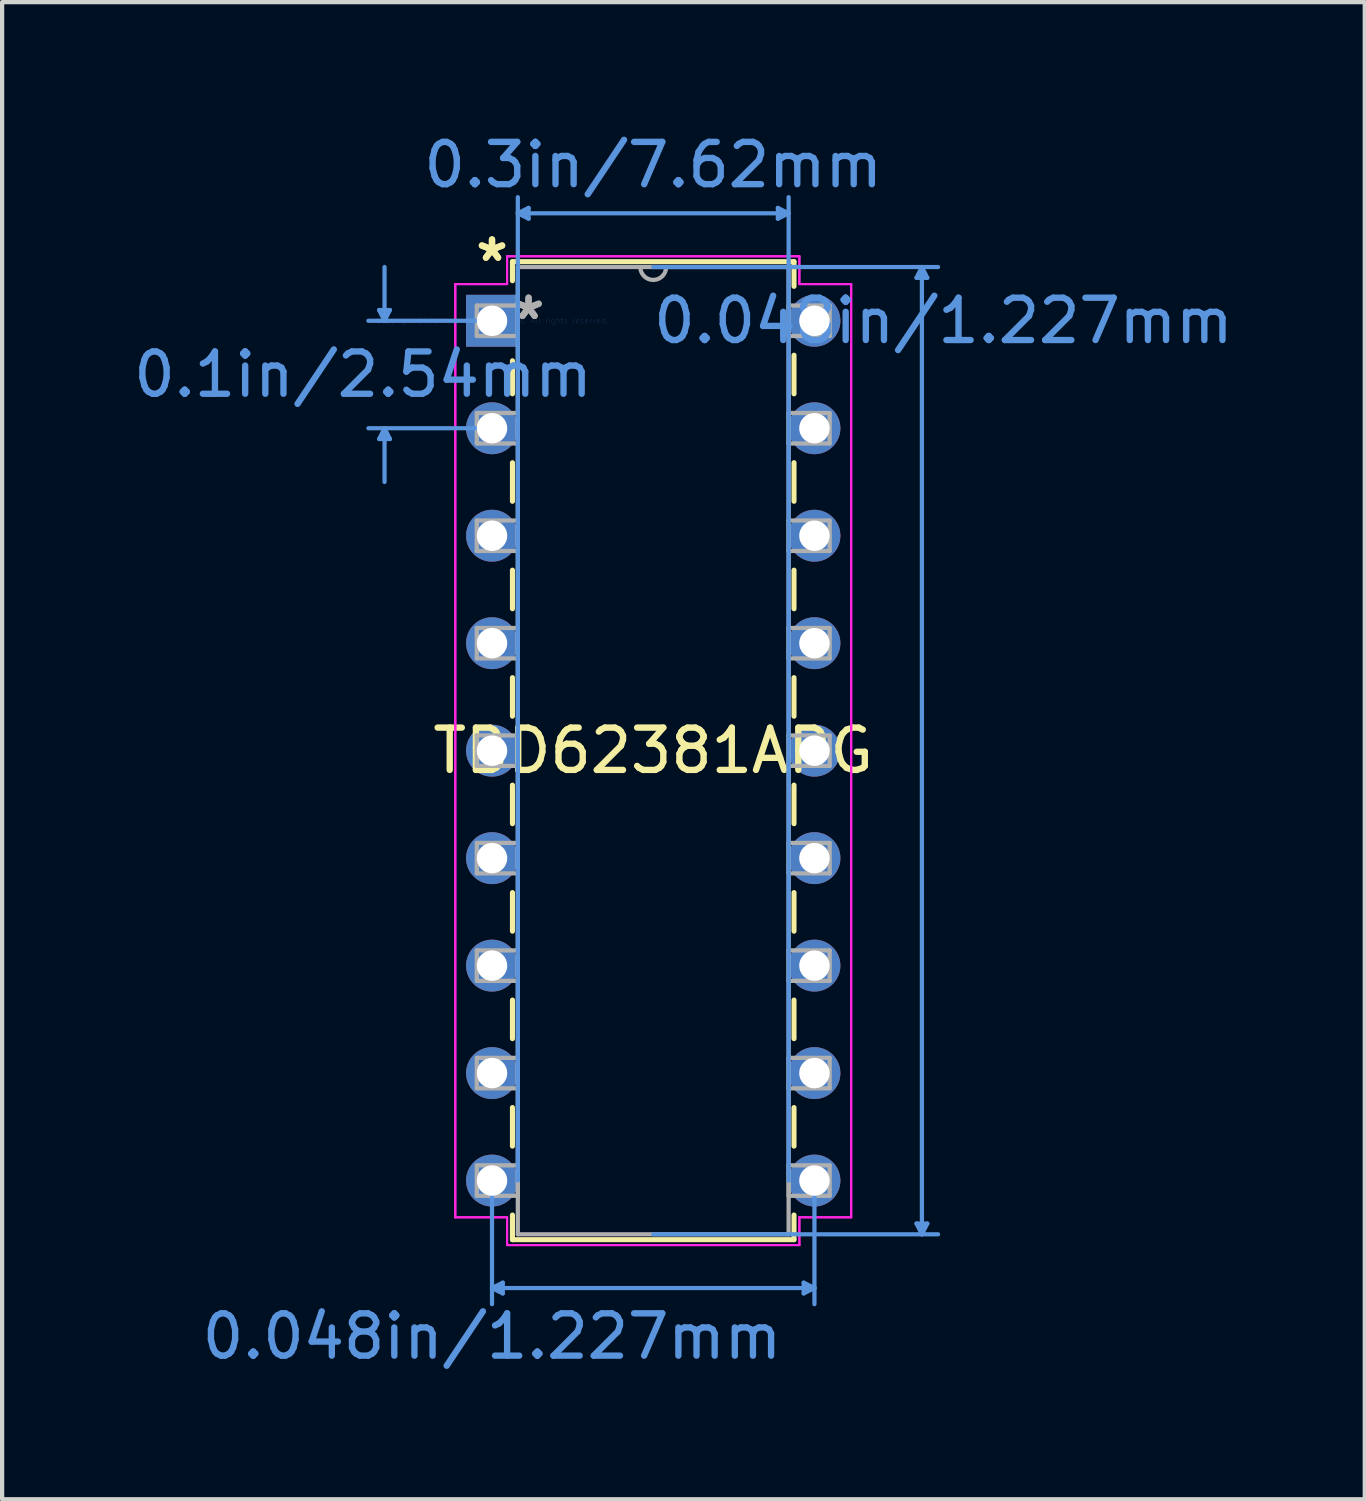
<source format=kicad_pcb>
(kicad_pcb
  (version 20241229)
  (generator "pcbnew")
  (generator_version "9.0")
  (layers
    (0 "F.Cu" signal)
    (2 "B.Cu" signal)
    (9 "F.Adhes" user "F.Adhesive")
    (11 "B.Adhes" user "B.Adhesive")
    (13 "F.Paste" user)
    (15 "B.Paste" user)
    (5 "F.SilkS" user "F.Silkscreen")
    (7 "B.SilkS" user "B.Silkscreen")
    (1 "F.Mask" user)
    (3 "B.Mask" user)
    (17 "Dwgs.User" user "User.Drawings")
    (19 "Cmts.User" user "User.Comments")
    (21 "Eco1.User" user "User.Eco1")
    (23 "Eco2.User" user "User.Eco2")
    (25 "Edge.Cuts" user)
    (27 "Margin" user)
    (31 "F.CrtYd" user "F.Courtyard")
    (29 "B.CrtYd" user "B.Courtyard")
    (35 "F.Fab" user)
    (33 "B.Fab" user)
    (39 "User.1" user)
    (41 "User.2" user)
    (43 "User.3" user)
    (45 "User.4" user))
  (footprint "TBD62381APG"
    (layer "F.Cu")
    (at 8.578 4.531)
    (property "Reference" "TBD62381APG" (at 3.81 10.16 0) (layer "F.SilkS") (effects (font (size 1 1) (thickness 0.15))))
    (attr through_hole)
    (fp_line (start 0.483 -1.397) (end 0.483 -0.946) (stroke (width 0.12) (type solid)) (layer "F.SilkS"))
    (fp_line (start 0.483 0.946) (end 0.483 1.726) (stroke (width 0.12) (type solid)) (layer "F.SilkS"))
    (fp_line (start 0.483 3.354) (end 0.483 4.266) (stroke (width 0.12) (type solid)) (layer "F.SilkS"))
    (fp_line (start 0.483 5.894) (end 0.483 6.806) (stroke (width 0.12) (type solid)) (layer "F.SilkS"))
    (fp_line (start 0.483 8.434) (end 0.483 9.346) (stroke (width 0.12) (type solid)) (layer "F.SilkS"))
    (fp_line (start 0.483 10.974) (end 0.483 11.886) (stroke (width 0.12) (type solid)) (layer "F.SilkS"))
    (fp_line (start 0.483 13.514) (end 0.483 14.426) (stroke (width 0.12) (type solid)) (layer "F.SilkS"))
    (fp_line (start 0.483 16.054) (end 0.483 16.966) (stroke (width 0.12) (type solid)) (layer "F.SilkS"))
    (fp_line (start 0.483 18.594) (end 0.483 19.506) (stroke (width 0.12) (type solid)) (layer "F.SilkS"))
    (fp_line (start 0.483 21.134) (end 0.483 21.717) (stroke (width 0.12) (type solid)) (layer "F.SilkS"))
    (fp_line (start 0.483 21.717) (end 7.137 21.717) (stroke (width 0.12) (type solid)) (layer "F.SilkS"))
    (fp_line (start 7.137 -1.397) (end 0.483 -1.397) (stroke (width 0.12) (type solid)) (layer "F.SilkS"))
    (fp_line (start 7.137 -0.814) (end 7.137 -1.397) (stroke (width 0.12) (type solid)) (layer "F.SilkS"))
    (fp_line (start 7.137 1.726) (end 7.137 0.814) (stroke (width 0.12) (type solid)) (layer "F.SilkS"))
    (fp_line (start 7.137 4.266) (end 7.137 3.354) (stroke (width 0.12) (type solid)) (layer "F.SilkS"))
    (fp_line (start 7.137 6.806) (end 7.137 5.894) (stroke (width 0.12) (type solid)) (layer "F.SilkS"))
    (fp_line (start 7.137 9.346) (end 7.137 8.434) (stroke (width 0.12) (type solid)) (layer "F.SilkS"))
    (fp_line (start 7.137 11.886) (end 7.137 10.974) (stroke (width 0.12) (type solid)) (layer "F.SilkS"))
    (fp_line (start 7.137 14.426) (end 7.137 13.514) (stroke (width 0.12) (type solid)) (layer "F.SilkS"))
    (fp_line (start 7.137 16.966) (end 7.137 16.054) (stroke (width 0.12) (type solid)) (layer "F.SilkS"))
    (fp_line (start 7.137 19.506) (end 7.137 18.594) (stroke (width 0.12) (type solid)) (layer "F.SilkS"))
    (fp_line (start 7.137 21.717) (end 7.137 21.134) (stroke (width 0.12) (type solid)) (layer "F.SilkS"))
    (fp_line (start -2.667 -0.254) (end -2.413 -0.254) (stroke (width 0.1) (type solid)) (layer "Cmts.User"))
    (fp_line (start -2.667 2.794) (end -2.413 2.794) (stroke (width 0.1) (type solid)) (layer "Cmts.User"))
    (fp_line (start -2.54 0) (end -2.667 -0.254) (stroke (width 0.1) (type solid)) (layer "Cmts.User"))
    (fp_line (start -2.54 0) (end -2.54 -1.27) (stroke (width 0.1) (type solid)) (layer "Cmts.User"))
    (fp_line (start -2.54 0) (end -2.413 -0.254) (stroke (width 0.1) (type solid)) (layer "Cmts.User"))
    (fp_line (start -2.54 2.54) (end -2.667 2.794) (stroke (width 0.1) (type solid)) (layer "Cmts.User"))
    (fp_line (start -2.54 2.54) (end -2.54 3.81) (stroke (width 0.1) (type solid)) (layer "Cmts.User"))
    (fp_line (start -2.54 2.54) (end -2.413 2.794) (stroke (width 0.1) (type solid)) (layer "Cmts.User"))
    (fp_line (start 0 0) (end -2.921 0) (stroke (width 0.1) (type solid)) (layer "Cmts.User"))
    (fp_line (start 0 2.54) (end -2.921 2.54) (stroke (width 0.1) (type solid)) (layer "Cmts.User"))
    (fp_line (start 0 20.32) (end 0 23.241) (stroke (width 0.1) (type solid)) (layer "Cmts.User"))
    (fp_line (start 0 22.86) (end 0.254 22.733) (stroke (width 0.1) (type solid)) (layer "Cmts.User"))
    (fp_line (start 0 22.86) (end 0.254 22.987) (stroke (width 0.1) (type solid)) (layer "Cmts.User"))
    (fp_line (start 0 22.86) (end 7.62 22.86) (stroke (width 0.1) (type solid)) (layer "Cmts.User"))
    (fp_line (start 0.254 22.733) (end 0.254 22.987) (stroke (width 0.1) (type solid)) (layer "Cmts.User"))
    (fp_line (start 0.61 -2.54) (end 0.864 -2.667) (stroke (width 0.1) (type solid)) (layer "Cmts.User"))
    (fp_line (start 0.61 -2.54) (end 0.864 -2.413) (stroke (width 0.1) (type solid)) (layer "Cmts.User"))
    (fp_line (start 0.61 -2.54) (end 7.01 -2.54) (stroke (width 0.1) (type solid)) (layer "Cmts.User"))
    (fp_line (start 0.61 20.32) (end 0.61 -2.921) (stroke (width 0.1) (type solid)) (layer "Cmts.User"))
    (fp_line (start 0.864 -2.667) (end 0.864 -2.413) (stroke (width 0.1) (type solid)) (layer "Cmts.User"))
    (fp_line (start 3.81 -1.27) (end 10.541 -1.27) (stroke (width 0.1) (type solid)) (layer "Cmts.User"))
    (fp_line (start 3.81 21.59) (end 10.541 21.59) (stroke (width 0.1) (type solid)) (layer "Cmts.User"))
    (fp_line (start 6.756 -2.667) (end 6.756 -2.413) (stroke (width 0.1) (type solid)) (layer "Cmts.User"))
    (fp_line (start 7.01 -2.54) (end 6.756 -2.667) (stroke (width 0.1) (type solid)) (layer "Cmts.User"))
    (fp_line (start 7.01 -2.54) (end 6.756 -2.413) (stroke (width 0.1) (type solid)) (layer "Cmts.User"))
    (fp_line (start 7.01 20.32) (end 7.01 -2.921) (stroke (width 0.1) (type solid)) (layer "Cmts.User"))
    (fp_line (start 7.366 22.733) (end 7.366 22.987) (stroke (width 0.1) (type solid)) (layer "Cmts.User"))
    (fp_line (start 7.62 20.32) (end 7.62 23.241) (stroke (width 0.1) (type solid)) (layer "Cmts.User"))
    (fp_line (start 7.62 22.86) (end 7.366 22.733) (stroke (width 0.1) (type solid)) (layer "Cmts.User"))
    (fp_line (start 7.62 22.86) (end 7.366 22.987) (stroke (width 0.1) (type solid)) (layer "Cmts.User"))
    (fp_line (start 10.033 -1.016) (end 10.287 -1.016) (stroke (width 0.1) (type solid)) (layer "Cmts.User"))
    (fp_line (start 10.033 21.336) (end 10.287 21.336) (stroke (width 0.1) (type solid)) (layer "Cmts.User"))
    (fp_line (start 10.16 -1.27) (end 10.033 -1.016) (stroke (width 0.1) (type solid)) (layer "Cmts.User"))
    (fp_line (start 10.16 -1.27) (end 10.16 21.59) (stroke (width 0.1) (type solid)) (layer "Cmts.User"))
    (fp_line (start 10.16 -1.27) (end 10.287 -1.016) (stroke (width 0.1) (type solid)) (layer "Cmts.User"))
    (fp_line (start 10.16 21.59) (end 10.033 21.336) (stroke (width 0.1) (type solid)) (layer "Cmts.User"))
    (fp_line (start 10.16 21.59) (end 10.287 21.336) (stroke (width 0.1) (type solid)) (layer "Cmts.User"))
    (fp_line (start -0.868 -0.868) (end -0.868 21.188) (stroke (width 0.05) (type solid)) (layer "F.CrtYd"))
    (fp_line (start -0.868 -0.868) (end 0.356 -0.868) (stroke (width 0.05) (type solid)) (layer "F.CrtYd"))
    (fp_line (start -0.868 21.188) (end -0.868 -0.868) (stroke (width 0.05) (type solid)) (layer "F.CrtYd"))
    (fp_line (start -0.868 21.188) (end 0.356 21.188) (stroke (width 0.05) (type solid)) (layer "F.CrtYd"))
    (fp_line (start 0.356 -1.524) (end 0.356 -0.868) (stroke (width 0.05) (type solid)) (layer "F.CrtYd"))
    (fp_line (start 0.356 -1.524) (end 7.264 -1.524) (stroke (width 0.05) (type solid)) (layer "F.CrtYd"))
    (fp_line (start 0.356 -0.868) (end -0.868 -0.868) (stroke (width 0.05) (type solid)) (layer "F.CrtYd"))
    (fp_line (start 0.356 -0.868) (end 0.356 -1.524) (stroke (width 0.05) (type solid)) (layer "F.CrtYd"))
    (fp_line (start 0.356 21.188) (end -0.868 21.188) (stroke (width 0.05) (type solid)) (layer "F.CrtYd"))
    (fp_line (start 0.356 21.188) (end 0.356 21.844) (stroke (width 0.05) (type solid)) (layer "F.CrtYd"))
    (fp_line (start 0.356 21.844) (end 0.356 21.188) (stroke (width 0.05) (type solid)) (layer "F.CrtYd"))
    (fp_line (start 0.356 21.844) (end 7.264 21.844) (stroke (width 0.05) (type solid)) (layer "F.CrtYd"))
    (fp_line (start 7.264 -1.524) (end 0.356 -1.524) (stroke (width 0.05) (type solid)) (layer "F.CrtYd"))
    (fp_line (start 7.264 -1.524) (end 7.264 -0.868) (stroke (width 0.05) (type solid)) (layer "F.CrtYd"))
    (fp_line (start 7.264 -0.868) (end 7.264 -1.524) (stroke (width 0.05) (type solid)) (layer "F.CrtYd"))
    (fp_line (start 7.264 21.188) (end 7.264 21.844) (stroke (width 0.05) (type solid)) (layer "F.CrtYd"))
    (fp_line (start 7.264 21.188) (end 8.488 21.188) (stroke (width 0.05) (type solid)) (layer "F.CrtYd"))
    (fp_line (start 7.264 21.844) (end 0.356 21.844) (stroke (width 0.05) (type solid)) (layer "F.CrtYd"))
    (fp_line (start 7.264 21.844) (end 7.264 21.188) (stroke (width 0.05) (type solid)) (layer "F.CrtYd"))
    (fp_line (start 8.488 -0.868) (end 7.264 -0.868) (stroke (width 0.05) (type solid)) (layer "F.CrtYd"))
    (fp_line (start 8.488 -0.868) (end 7.264 -0.868) (stroke (width 0.05) (type solid)) (layer "F.CrtYd"))
    (fp_line (start 8.488 -0.868) (end 8.488 21.188) (stroke (width 0.05) (type solid)) (layer "F.CrtYd"))
    (fp_line (start 8.488 21.188) (end 7.264 21.188) (stroke (width 0.05) (type solid)) (layer "F.CrtYd"))
    (fp_line (start 8.488 21.188) (end 8.488 -0.868) (stroke (width 0.05) (type solid)) (layer "F.CrtYd"))
    (fp_line (start -0.36 -0.36) (end -0.36 0.36) (stroke (width 0.1) (type solid)) (layer "F.Fab"))
    (fp_line (start -0.36 0.36) (end 0.61 0.36) (stroke (width 0.1) (type solid)) (layer "F.Fab"))
    (fp_line (start -0.36 2.18) (end -0.36 2.9) (stroke (width 0.1) (type solid)) (layer "F.Fab"))
    (fp_line (start -0.36 2.9) (end 0.61 2.9) (stroke (width 0.1) (type solid)) (layer "F.Fab"))
    (fp_line (start -0.36 4.72) (end -0.36 5.44) (stroke (width 0.1) (type solid)) (layer "F.Fab"))
    (fp_line (start -0.36 5.44) (end 0.61 5.44) (stroke (width 0.1) (type solid)) (layer "F.Fab"))
    (fp_line (start -0.36 7.26) (end -0.36 7.98) (stroke (width 0.1) (type solid)) (layer "F.Fab"))
    (fp_line (start -0.36 7.98) (end 0.61 7.98) (stroke (width 0.1) (type solid)) (layer "F.Fab"))
    (fp_line (start -0.36 9.8) (end -0.36 10.52) (stroke (width 0.1) (type solid)) (layer "F.Fab"))
    (fp_line (start -0.36 10.52) (end 0.61 10.52) (stroke (width 0.1) (type solid)) (layer "F.Fab"))
    (fp_line (start -0.36 12.34) (end -0.36 13.06) (stroke (width 0.1) (type solid)) (layer "F.Fab"))
    (fp_line (start -0.36 13.06) (end 0.61 13.06) (stroke (width 0.1) (type solid)) (layer "F.Fab"))
    (fp_line (start -0.36 14.88) (end -0.36 15.6) (stroke (width 0.1) (type solid)) (layer "F.Fab"))
    (fp_line (start -0.36 15.6) (end 0.61 15.6) (stroke (width 0.1) (type solid)) (layer "F.Fab"))
    (fp_line (start -0.36 17.42) (end -0.36 18.14) (stroke (width 0.1) (type solid)) (layer "F.Fab"))
    (fp_line (start -0.36 18.14) (end 0.61 18.14) (stroke (width 0.1) (type solid)) (layer "F.Fab"))
    (fp_line (start -0.36 19.96) (end -0.36 20.68) (stroke (width 0.1) (type solid)) (layer "F.Fab"))
    (fp_line (start -0.36 20.68) (end 0.61 20.68) (stroke (width 0.1) (type solid)) (layer "F.Fab"))
    (fp_line (start 0.61 -1.27) (end 0.61 21.59) (stroke (width 0.1) (type solid)) (layer "F.Fab"))
    (fp_line (start 0.61 -0.36) (end -0.36 -0.36) (stroke (width 0.1) (type solid)) (layer "F.Fab"))
    (fp_line (start 0.61 0.36) (end 0.61 -0.36) (stroke (width 0.1) (type solid)) (layer "F.Fab"))
    (fp_line (start 0.61 2.18) (end -0.36 2.18) (stroke (width 0.1) (type solid)) (layer "F.Fab"))
    (fp_line (start 0.61 2.9) (end 0.61 2.18) (stroke (width 0.1) (type solid)) (layer "F.Fab"))
    (fp_line (start 0.61 4.72) (end -0.36 4.72) (stroke (width 0.1) (type solid)) (layer "F.Fab"))
    (fp_line (start 0.61 5.44) (end 0.61 4.72) (stroke (width 0.1) (type solid)) (layer "F.Fab"))
    (fp_line (start 0.61 7.26) (end -0.36 7.26) (stroke (width 0.1) (type solid)) (layer "F.Fab"))
    (fp_line (start 0.61 7.98) (end 0.61 7.26) (stroke (width 0.1) (type solid)) (layer "F.Fab"))
    (fp_line (start 0.61 9.8) (end -0.36 9.8) (stroke (width 0.1) (type solid)) (layer "F.Fab"))
    (fp_line (start 0.61 10.52) (end 0.61 9.8) (stroke (width 0.1) (type solid)) (layer "F.Fab"))
    (fp_line (start 0.61 12.34) (end -0.36 12.34) (stroke (width 0.1) (type solid)) (layer "F.Fab"))
    (fp_line (start 0.61 13.06) (end 0.61 12.34) (stroke (width 0.1) (type solid)) (layer "F.Fab"))
    (fp_line (start 0.61 14.88) (end -0.36 14.88) (stroke (width 0.1) (type solid)) (layer "F.Fab"))
    (fp_line (start 0.61 15.6) (end 0.61 14.88) (stroke (width 0.1) (type solid)) (layer "F.Fab"))
    (fp_line (start 0.61 17.42) (end -0.36 17.42) (stroke (width 0.1) (type solid)) (layer "F.Fab"))
    (fp_line (start 0.61 18.14) (end 0.61 17.42) (stroke (width 0.1) (type solid)) (layer "F.Fab"))
    (fp_line (start 0.61 19.96) (end -0.36 19.96) (stroke (width 0.1) (type solid)) (layer "F.Fab"))
    (fp_line (start 0.61 20.68) (end 0.61 19.96) (stroke (width 0.1) (type solid)) (layer "F.Fab"))
    (fp_line (start 0.61 21.59) (end 7.01 21.59) (stroke (width 0.1) (type solid)) (layer "F.Fab"))
    (fp_line (start 7.01 -1.27) (end 0.61 -1.27) (stroke (width 0.1) (type solid)) (layer "F.Fab"))
    (fp_line (start 7.01 -0.36) (end 7.01 0.36) (stroke (width 0.1) (type solid)) (layer "F.Fab"))
    (fp_line (start 7.01 0.36) (end 7.98 0.36) (stroke (width 0.1) (type solid)) (layer "F.Fab"))
    (fp_line (start 7.01 2.18) (end 7.01 2.9) (stroke (width 0.1) (type solid)) (layer "F.Fab"))
    (fp_line (start 7.01 2.9) (end 7.98 2.9) (stroke (width 0.1) (type solid)) (layer "F.Fab"))
    (fp_line (start 7.01 4.72) (end 7.01 5.44) (stroke (width 0.1) (type solid)) (layer "F.Fab"))
    (fp_line (start 7.01 5.44) (end 7.98 5.44) (stroke (width 0.1) (type solid)) (layer "F.Fab"))
    (fp_line (start 7.01 7.26) (end 7.01 7.98) (stroke (width 0.1) (type solid)) (layer "F.Fab"))
    (fp_line (start 7.01 7.98) (end 7.98 7.98) (stroke (width 0.1) (type solid)) (layer "F.Fab"))
    (fp_line (start 7.01 9.8) (end 7.01 10.52) (stroke (width 0.1) (type solid)) (layer "F.Fab"))
    (fp_line (start 7.01 10.52) (end 7.98 10.52) (stroke (width 0.1) (type solid)) (layer "F.Fab"))
    (fp_line (start 7.01 12.34) (end 7.01 13.06) (stroke (width 0.1) (type solid)) (layer "F.Fab"))
    (fp_line (start 7.01 13.06) (end 7.98 13.06) (stroke (width 0.1) (type solid)) (layer "F.Fab"))
    (fp_line (start 7.01 14.88) (end 7.01 15.6) (stroke (width 0.1) (type solid)) (layer "F.Fab"))
    (fp_line (start 7.01 15.6) (end 7.98 15.6) (stroke (width 0.1) (type solid)) (layer "F.Fab"))
    (fp_line (start 7.01 17.42) (end 7.01 18.14) (stroke (width 0.1) (type solid)) (layer "F.Fab"))
    (fp_line (start 7.01 18.14) (end 7.98 18.14) (stroke (width 0.1) (type solid)) (layer "F.Fab"))
    (fp_line (start 7.01 19.96) (end 7.01 20.68) (stroke (width 0.1) (type solid)) (layer "F.Fab"))
    (fp_line (start 7.01 20.68) (end 7.98 20.68) (stroke (width 0.1) (type solid)) (layer "F.Fab"))
    (fp_line (start 7.01 21.59) (end 7.01 -1.27) (stroke (width 0.1) (type solid)) (layer "F.Fab"))
    (fp_line (start 7.98 -0.36) (end 7.01 -0.36) (stroke (width 0.1) (type solid)) (layer "F.Fab"))
    (fp_line (start 7.98 0.36) (end 7.98 -0.36) (stroke (width 0.1) (type solid)) (layer "F.Fab"))
    (fp_line (start 7.98 2.18) (end 7.01 2.18) (stroke (width 0.1) (type solid)) (layer "F.Fab"))
    (fp_line (start 7.98 2.9) (end 7.98 2.18) (stroke (width 0.1) (type solid)) (layer "F.Fab"))
    (fp_line (start 7.98 4.72) (end 7.01 4.72) (stroke (width 0.1) (type solid)) (layer "F.Fab"))
    (fp_line (start 7.98 5.44) (end 7.98 4.72) (stroke (width 0.1) (type solid)) (layer "F.Fab"))
    (fp_line (start 7.98 7.26) (end 7.01 7.26) (stroke (width 0.1) (type solid)) (layer "F.Fab"))
    (fp_line (start 7.98 7.98) (end 7.98 7.26) (stroke (width 0.1) (type solid)) (layer "F.Fab"))
    (fp_line (start 7.98 9.8) (end 7.01 9.8) (stroke (width 0.1) (type solid)) (layer "F.Fab"))
    (fp_line (start 7.98 10.52) (end 7.98 9.8) (stroke (width 0.1) (type solid)) (layer "F.Fab"))
    (fp_line (start 7.98 12.34) (end 7.01 12.34) (stroke (width 0.1) (type solid)) (layer "F.Fab"))
    (fp_line (start 7.98 13.06) (end 7.98 12.34) (stroke (width 0.1) (type solid)) (layer "F.Fab"))
    (fp_line (start 7.98 14.88) (end 7.01 14.88) (stroke (width 0.1) (type solid)) (layer "F.Fab"))
    (fp_line (start 7.98 15.6) (end 7.98 14.88) (stroke (width 0.1) (type solid)) (layer "F.Fab"))
    (fp_line (start 7.98 17.42) (end 7.01 17.42) (stroke (width 0.1) (type solid)) (layer "F.Fab"))
    (fp_line (start 7.98 18.14) (end 7.98 17.42) (stroke (width 0.1) (type solid)) (layer "F.Fab"))
    (fp_line (start 7.98 19.96) (end 7.01 19.96) (stroke (width 0.1) (type solid)) (layer "F.Fab"))
    (fp_line (start 7.98 20.68) (end 7.98 19.96) (stroke (width 0.1) (type solid)) (layer "F.Fab"))
    (fp_arc (start 4.1148 -1.27) (mid 3.81 -0.9652) (end 3.5052 -1.27) (stroke (width 0.1) (type solid)) (layer "F.Fab"))
    (fp_text user "*" (at 0 -1.376 0) (layer "F.SilkS") (effects (font (size 1 1) (thickness 0.15))))
    (fp_text user "*" (at 0 -1.376 0) (layer "F.SilkS") (effects (font (size 1 1) (thickness 0.15))))
    (fp_text user "Copyright 2021 Accelerated Designs. All rights reserved." (at 0 0 0) (layer "Cmts.User") (effects (font (size 0.127 0.127) (thickness 0.002))))
    (fp_text user "0.048in/1.227mm" (at 0 24.003 0) (layer "Cmts.User") (effects (font (size 1 1) (thickness 0.15))))
    (fp_text user "0.3in/7.62mm" (at 3.81 -3.683 0) (layer "Cmts.User") (effects (font (size 1 1) (thickness 0.15))))
    (fp_text user "0.1in/2.54mm" (at -3.048 1.27 0) (layer "Cmts.User") (effects (font (size 1 1) (thickness 0.15))))
    (fp_text user "0.048in/1.227mm" (at 10.668 0 0) (layer "Cmts.User") (effects (font (size 1 1) (thickness 0.15))))
    (fp_text user "*" (at 0.864 0 0) (layer "F.Fab") (effects (font (size 1 1) (thickness 0.15))))
    (fp_text user "*" (at 0.864 0 0) (layer "F.Fab") (effects (font (size 1 1) (thickness 0.15))))
    (pad "1" thru_hole rect (at 0 0) (size 1.227 1.227) (drill 0.719) (layers "*.Cu" "*.Mask"))
    (pad "2" thru_hole circle (at 0 2.54) (size 1.227 1.227) (drill 0.719) (layers "*.Cu" "*.Mask"))
    (pad "3" thru_hole circle (at 0 5.08) (size 1.227 1.227) (drill 0.719) (layers "*.Cu" "*.Mask"))
    (pad "4" thru_hole circle (at 0 7.62) (size 1.227 1.227) (drill 0.719) (layers "*.Cu" "*.Mask"))
    (pad "5" thru_hole circle (at 0 10.16) (size 1.227 1.227) (drill 0.719) (layers "*.Cu" "*.Mask"))
    (pad "6" thru_hole circle (at 0 12.7) (size 1.227 1.227) (drill 0.719) (layers "*.Cu" "*.Mask"))
    (pad "7" thru_hole circle (at 0 15.24) (size 1.227 1.227) (drill 0.719) (layers "*.Cu" "*.Mask"))
    (pad "8" thru_hole circle (at 0 17.78) (size 1.227 1.227) (drill 0.719) (layers "*.Cu" "*.Mask"))
    (pad "9" thru_hole circle (at 0 20.32) (size 1.227 1.227) (drill 0.719) (layers "*.Cu" "*.Mask"))
    (pad "10" thru_hole circle (at 7.62 20.32) (size 1.227 1.227) (drill 0.719) (layers "*.Cu" "*.Mask"))
    (pad "11" thru_hole circle (at 7.62 17.78) (size 1.227 1.227) (drill 0.719) (layers "*.Cu" "*.Mask"))
    (pad "12" thru_hole circle (at 7.62 15.24) (size 1.227 1.227) (drill 0.719) (layers "*.Cu" "*.Mask"))
    (pad "13" thru_hole circle (at 7.62 12.7) (size 1.227 1.227) (drill 0.719) (layers "*.Cu" "*.Mask"))
    (pad "14" thru_hole circle (at 7.62 10.16) (size 1.227 1.227) (drill 0.719) (layers "*.Cu" "*.Mask"))
    (pad "15" thru_hole circle (at 7.62 7.62) (size 1.227 1.227) (drill 0.719) (layers "*.Cu" "*.Mask"))
    (pad "16" thru_hole circle (at 7.62 5.08) (size 1.227 1.227) (drill 0.719) (layers "*.Cu" "*.Mask"))
    (pad "17" thru_hole circle (at 7.62 2.54) (size 1.227 1.227) (drill 0.719) (layers "*.Cu" "*.Mask"))
    (pad "18" thru_hole circle (at 7.62 0) (size 1.227 1.227) (drill 0.719) (layers "*.Cu" "*.Mask")))
  (gr_rect
    (start -3 -3)
    (end 29.204 32.383)
    (stroke (width 0.1) (type default))
    (fill no)
    (layer "Edge.Cuts")))
</source>
